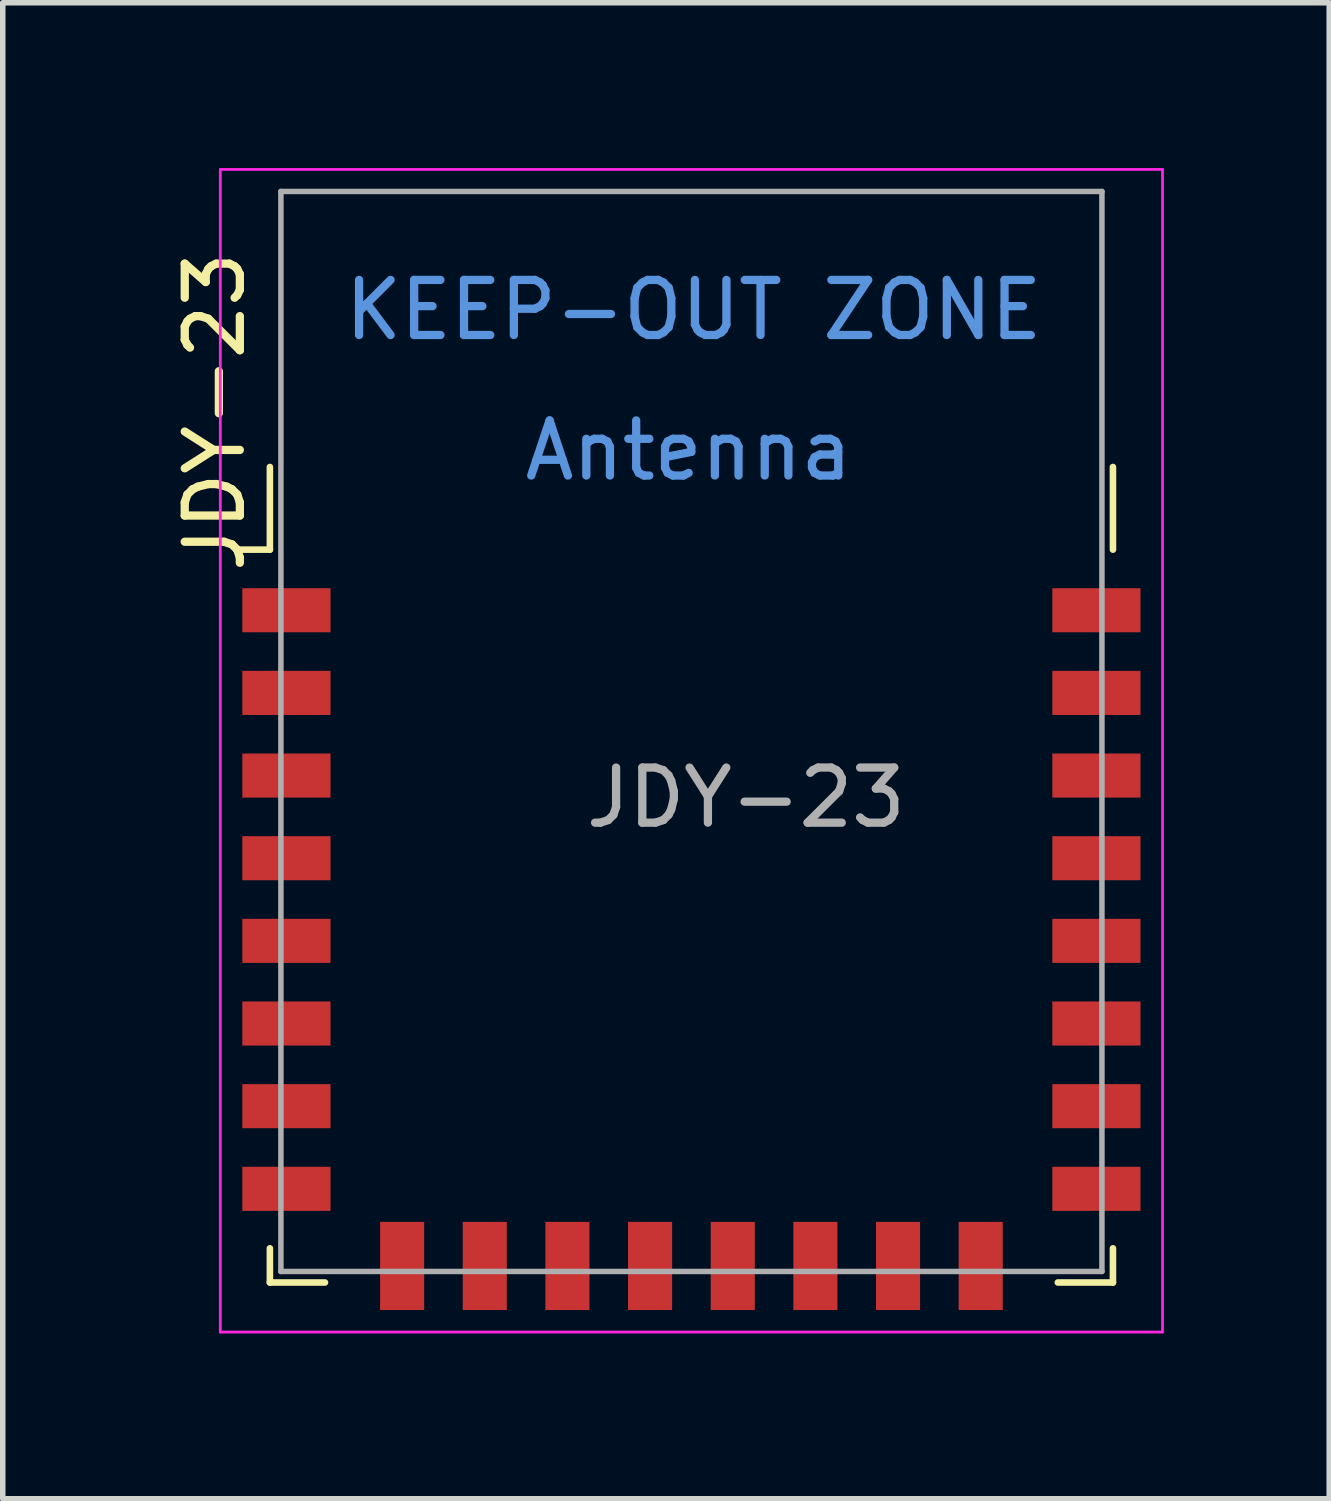
<source format=kicad_pcb>
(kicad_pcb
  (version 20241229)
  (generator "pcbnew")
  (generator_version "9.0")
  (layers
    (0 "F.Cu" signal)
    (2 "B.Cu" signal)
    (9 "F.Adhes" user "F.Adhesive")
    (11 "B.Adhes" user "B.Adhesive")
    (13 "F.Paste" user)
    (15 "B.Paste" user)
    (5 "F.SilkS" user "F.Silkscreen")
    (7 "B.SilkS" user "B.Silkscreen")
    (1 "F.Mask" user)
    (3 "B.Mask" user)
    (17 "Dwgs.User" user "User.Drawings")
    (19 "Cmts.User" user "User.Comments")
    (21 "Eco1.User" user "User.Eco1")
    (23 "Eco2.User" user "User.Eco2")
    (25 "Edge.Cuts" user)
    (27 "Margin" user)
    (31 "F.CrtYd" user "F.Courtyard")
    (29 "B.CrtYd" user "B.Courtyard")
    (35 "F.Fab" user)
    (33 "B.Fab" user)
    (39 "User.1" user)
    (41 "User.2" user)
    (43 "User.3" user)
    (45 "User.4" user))
  (footprint "JDY-23"
    (layer "F.Cu")
    (at 9.448 12.525)
    (property "Reference" "JDY-23" (at -8.6 -8.1 90) (layer "F.SilkS") (effects (font (size 1 1) (thickness 0.15))))
    (attr smd)
    (fp_line (start -7.6 -5.6) (end -8.21 -5.6) (stroke (width 0.12) (type solid)) (layer "F.SilkS"))
    (fp_line (start -7.6 -5.6) (end -7.6 -7.1) (stroke (width 0.12) (type solid)) (layer "F.SilkS"))
    (fp_line (start -7.6 7.7) (end -7.6 7.08) (stroke (width 0.12) (type solid)) (layer "F.SilkS"))
    (fp_line (start -6.6 7.7) (end -7.6 7.7) (stroke (width 0.12) (type solid)) (layer "F.SilkS"))
    (fp_line (start 7.7 -7.1) (end 7.7 -5.6) (stroke (width 0.12) (type solid)) (layer "F.SilkS"))
    (fp_line (start 7.7 7.08) (end 7.7 7.7) (stroke (width 0.12) (type solid)) (layer "F.SilkS"))
    (fp_line (start 7.7 7.7) (end 6.7 7.7) (stroke (width 0.12) (type solid)) (layer "F.SilkS"))
    (fp_line (start -8.5 -12.5) (end 8.6 -12.5) (stroke (width 0.05) (type solid)) (layer "F.CrtYd"))
    (fp_line (start -8.5 8.6) (end -8.5 -12.5) (stroke (width 0.05) (type solid)) (layer "F.CrtYd"))
    (fp_line (start 8.6 -12.5) (end 8.6 8.6) (stroke (width 0.05) (type solid)) (layer "F.CrtYd"))
    (fp_line (start 8.6 8.6) (end -8.5 8.6) (stroke (width 0.05) (type solid)) (layer "F.CrtYd"))
    (fp_line (start -7.4 -12.1) (end 7.5 -12.1) (stroke (width 0.1) (type solid)) (layer "F.Fab"))
    (fp_line (start -7.4 7.5) (end -7.4 -12.1) (stroke (width 0.1) (type solid)) (layer "F.Fab"))
    (fp_line (start 7.5 -12.1) (end 7.5 7.5) (stroke (width 0.1) (type solid)) (layer "F.Fab"))
    (fp_line (start 7.5 7.5) (end -7.4 7.5) (stroke (width 0.1) (type solid)) (layer "F.Fab"))
    (fp_text user "Antenna" (at 0 -7.4 180) (layer "Cmts.User") (effects (font (size 1 1) (thickness 0.15))))
    (fp_text user "KEEP-OUT ZONE" (at 0.09 -9.95 180) (layer "Cmts.User") (effects (font (size 1 1) (thickness 0.15))))
    (fp_text user "${REFERENCE}" (at 1.04 -1.1 0) (layer "F.Fab") (effects (font (size 1 1) (thickness 0.15))))
    (pad "1" smd rect (at -7.3 -4.5) (size 1.6 0.8) (layers "F.Cu" "F.Mask" "F.Paste"))
    (pad "2" smd rect (at -7.3 -3) (size 1.6 0.8) (layers "F.Cu" "F.Mask" "F.Paste"))
    (pad "3" smd rect (at -7.3 -1.5) (size 1.6 0.8) (layers "F.Cu" "F.Mask" "F.Paste"))
    (pad "4" smd rect (at -7.3 0) (size 1.6 0.8) (layers "F.Cu" "F.Mask" "F.Paste"))
    (pad "5" smd rect (at -7.3 1.5) (size 1.6 0.8) (layers "F.Cu" "F.Mask" "F.Paste"))
    (pad "6" smd rect (at -7.3 3) (size 1.6 0.8) (layers "F.Cu" "F.Mask" "F.Paste"))
    (pad "7" smd rect (at -7.3 4.5) (size 1.6 0.8) (layers "F.Cu" "F.Mask" "F.Paste"))
    (pad "8" smd rect (at -7.3 6) (size 1.6 0.8) (layers "F.Cu" "F.Mask" "F.Paste"))
    (pad "9" smd rect (at -5.2 7.4 90) (size 1.6 0.8) (layers "F.Cu" "F.Mask" "F.Paste"))
    (pad "10" smd rect (at -3.7 7.4 90) (size 1.6 0.8) (layers "F.Cu" "F.Mask" "F.Paste"))
    (pad "11" smd rect (at -2.2 7.4 90) (size 1.6 0.8) (layers "F.Cu" "F.Mask" "F.Paste"))
    (pad "12" smd rect (at -0.7 7.4 90) (size 1.6 0.8) (layers "F.Cu" "F.Mask" "F.Paste"))
    (pad "13" smd rect (at 0.8 7.4 90) (size 1.6 0.8) (layers "F.Cu" "F.Mask" "F.Paste"))
    (pad "14" smd rect (at 2.3 7.4 90) (size 1.6 0.8) (layers "F.Cu" "F.Mask" "F.Paste"))
    (pad "15" smd rect (at 3.8 7.4 90) (size 1.6 0.8) (layers "F.Cu" "F.Mask" "F.Paste"))
    (pad "16" smd rect (at 5.3 7.4 90) (size 1.6 0.8) (layers "F.Cu" "F.Mask" "F.Paste"))
    (pad "17" smd rect (at 7.4 6 180) (size 1.6 0.8) (layers "F.Cu" "F.Mask" "F.Paste"))
    (pad "18" smd rect (at 7.4 4.5 180) (size 1.6 0.8) (layers "F.Cu" "F.Mask" "F.Paste"))
    (pad "19" smd rect (at 7.4 3 180) (size 1.6 0.8) (layers "F.Cu" "F.Mask" "F.Paste"))
    (pad "20" smd rect (at 7.4 1.5 180) (size 1.6 0.8) (layers "F.Cu" "F.Mask" "F.Paste"))
    (pad "21" smd rect (at 7.4 0 180) (size 1.6 0.8) (layers "F.Cu" "F.Mask" "F.Paste"))
    (pad "22" smd rect (at 7.4 -1.5 180) (size 1.6 0.8) (layers "F.Cu" "F.Mask" "F.Paste"))
    (pad "23" smd rect (at 7.4 -3 180) (size 1.6 0.8) (layers "F.Cu" "F.Mask" "F.Paste"))
    (pad "24" smd rect (at 7.4 -4.5 180) (size 1.6 0.8) (layers "F.Cu" "F.Mask" "F.Paste"))
    (zone (net_name "") (layers "F.Cu" "B.Cu") (hatch full 0.508) (connect_pads) (min_thickness 0.254) (filled_areas_thickness no) (keepout (tracks not_allowed) (vias not_allowed) (pads not_allowed) (copperpour not_allowed) (footprints not_allowed)) (placement (enabled no)) (fill) (polygon (pts (xy 2.048 6.925) (xy 16.948 6.925) (xy 16.948 0.425) (xy 2.048 0.425)))))
  (gr_rect
    (start -3 -3)
    (end 21.073 24.15)
    (stroke (width 0.1) (type default))
    (fill no)
    (layer "Edge.Cuts")))
</source>
